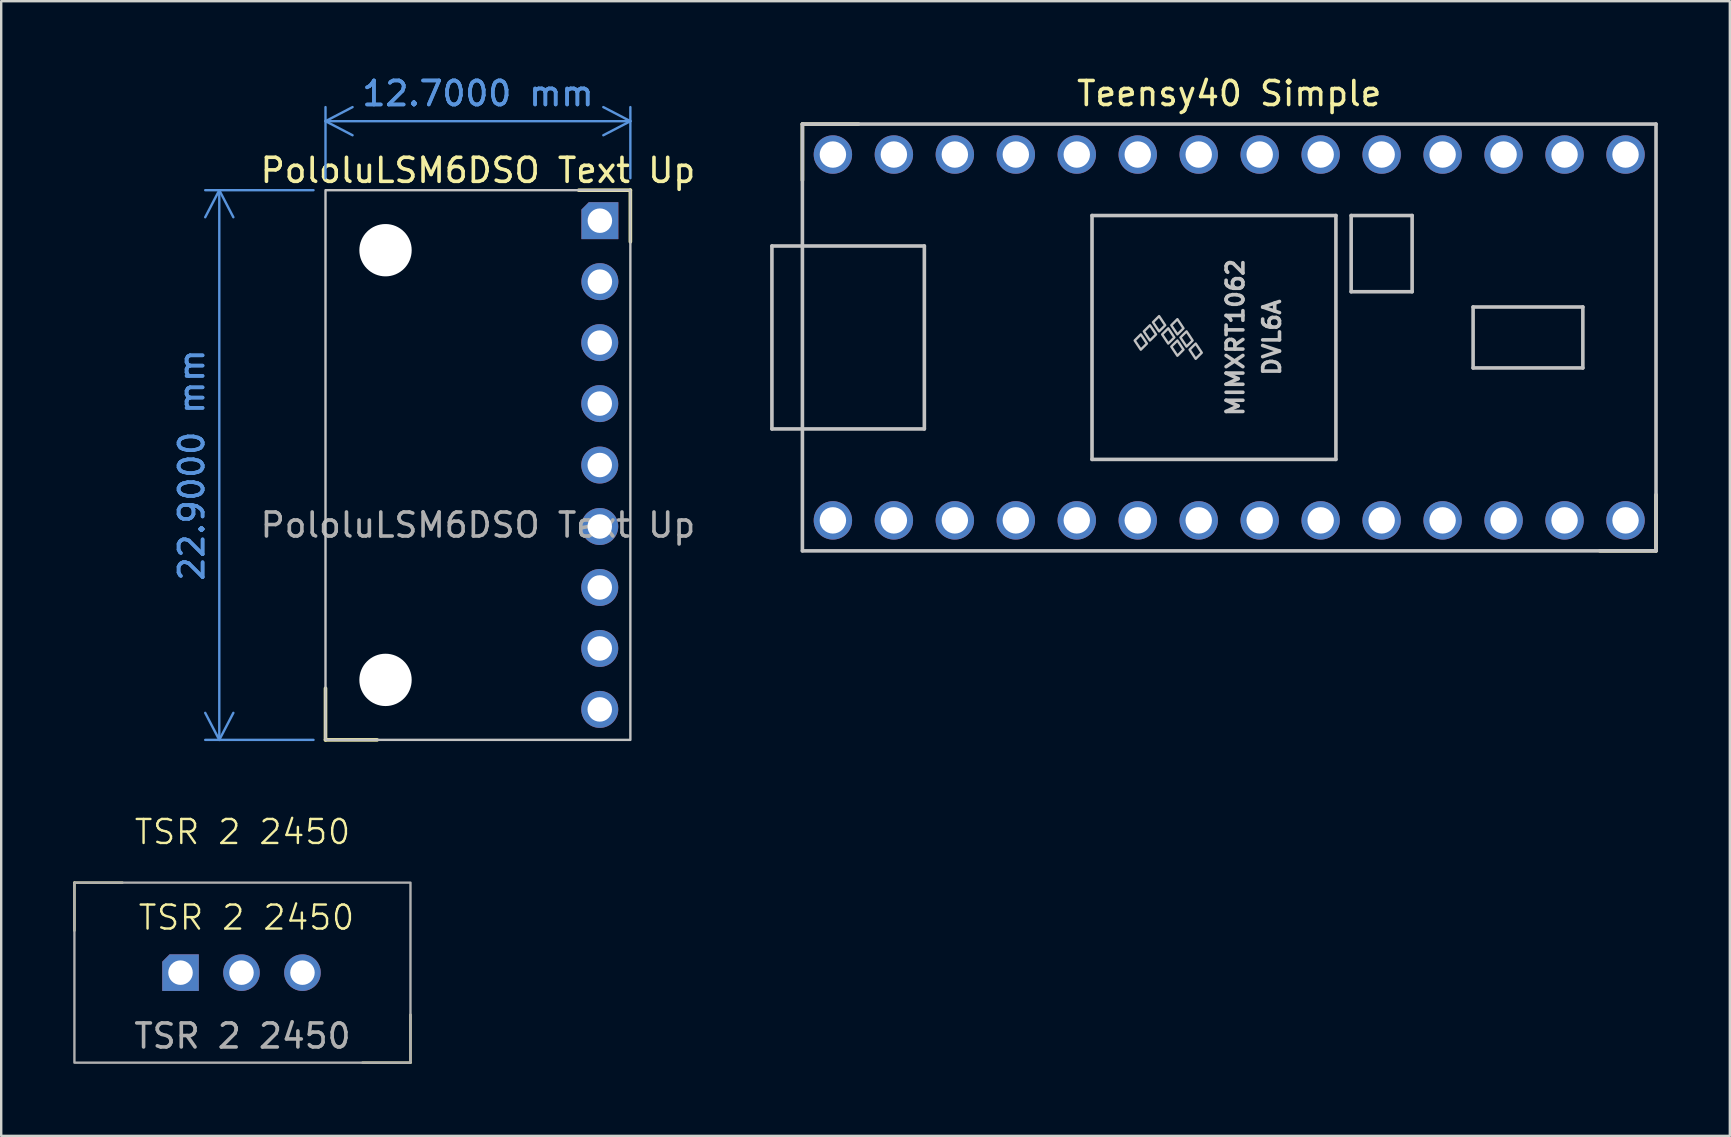
<source format=kicad_pcb>
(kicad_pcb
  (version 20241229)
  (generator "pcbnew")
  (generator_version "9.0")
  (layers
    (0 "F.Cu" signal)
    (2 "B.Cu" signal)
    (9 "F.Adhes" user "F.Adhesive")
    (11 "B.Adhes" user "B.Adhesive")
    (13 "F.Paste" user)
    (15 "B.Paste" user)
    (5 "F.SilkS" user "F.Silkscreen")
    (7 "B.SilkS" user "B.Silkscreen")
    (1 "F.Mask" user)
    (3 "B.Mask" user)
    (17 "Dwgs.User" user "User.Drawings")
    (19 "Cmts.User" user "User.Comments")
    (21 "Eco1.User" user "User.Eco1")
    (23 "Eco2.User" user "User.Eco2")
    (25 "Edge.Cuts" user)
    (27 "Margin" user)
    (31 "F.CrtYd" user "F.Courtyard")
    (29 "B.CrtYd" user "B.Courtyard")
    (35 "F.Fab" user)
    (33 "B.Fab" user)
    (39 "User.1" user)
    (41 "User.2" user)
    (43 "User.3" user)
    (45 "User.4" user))
  (footprint "TSR 2 2450"
    (layer "F.Cu")
    (at 7.05 37.609)
    (property "Reference" "TSR 2 2450" (at 0 -6 0) (unlocked yes) (layer "F.SilkS") (effects (font (size 1 1) (thickness 0.1))))
    (attr through_hole)
    (fp_line (start -7 -3.89) (end -7 -1.89) (stroke (width 0.1) (type default)) (layer "F.SilkS"))
    (fp_line (start -7 -3.89) (end -5 -3.89) (stroke (width 0.1) (type default)) (layer "F.SilkS"))
    (fp_line (start 7 3.61) (end 5 3.61) (stroke (width 0.1) (type default)) (layer "F.SilkS"))
    (fp_line (start 7 3.61) (end 7 1.61) (stroke (width 0.1) (type default)) (layer "F.SilkS"))
    (fp_rect (start -7 -3.89) (end 7 3.61) (stroke (width 0.1) (type default)) (fill no) (layer "F.Fab"))
    (fp_text user "TSR 2 2450" (at -4.4 -1.85 0) (unlocked yes) (layer "F.SilkS") (effects (font (size 1 1) (thickness 0.1)) (justify left bottom)))
    (fp_text user "${REFERENCE}" (at 0 2.5 0) (unlocked yes) (layer "F.Fab") (effects (font (size 1 1) (thickness 0.15))))
    (pad "1" thru_hole roundrect (at -2.58 -0.14) (size 1.524 1.524) (drill 1.02) (layers "*.Cu" "*.Mask") (roundrect_rratio 0) (chamfer_ratio 0.2) (chamfer top_left))
    (pad "2" thru_hole circle (at -0.04 -0.14) (size 1.524 1.524) (drill 1.02) (layers "*.Cu" "*.Mask"))
    (pad "3" thru_hole circle (at 2.5 -0.14) (size 1.524 1.524) (drill 1.02) (layers "*.Cu" "*.Mask")))
  (footprint "Teensy40 Simple"
    (layer "F.Cu")
    (at 48.157 11.008)
    (property "Reference" "Teensy40 Simple" (at 0 -10.16 0) (layer "F.SilkS") (effects (font (size 1 1) (thickness 0.15))))
    (attr through_hole)
    (fp_line (start -17.78 -8.89) (end -17.78 -6.55) (stroke (width 0.15) (type default)) (layer "F.SilkS"))
    (fp_line (start -17.78 -8.89) (end -15.44 -8.89) (stroke (width 0.15) (type default)) (layer "F.SilkS"))
    (fp_line (start 17.78 8.89) (end 15.44 8.89) (stroke (width 0.15) (type default)) (layer "F.SilkS"))
    (fp_line (start 17.78 8.89) (end 17.78 6.55) (stroke (width 0.15) (type default)) (layer "F.SilkS"))
    (fp_line (start -19.05 -3.81) (end -17.78 -3.81) (stroke (width 0.15) (type solid)) (layer "Dwgs.User"))
    (fp_line (start -19.05 3.81) (end -19.05 -3.81) (stroke (width 0.15) (type solid)) (layer "Dwgs.User"))
    (fp_line (start -17.78 -8.89) (end 17.78 -8.89) (stroke (width 0.15) (type solid)) (layer "Dwgs.User"))
    (fp_line (start -17.78 3.81) (end -19.05 3.81) (stroke (width 0.15) (type solid)) (layer "Dwgs.User"))
    (fp_line (start -17.78 8.89) (end -17.78 -8.89) (stroke (width 0.15) (type solid)) (layer "Dwgs.User"))
    (fp_line (start -12.7 -3.81) (end -17.78 -3.81) (stroke (width 0.15) (type solid)) (layer "Dwgs.User"))
    (fp_line (start -12.7 3.81) (end -17.78 3.81) (stroke (width 0.15) (type solid)) (layer "Dwgs.User"))
    (fp_line (start -12.7 3.81) (end -12.7 -3.81) (stroke (width 0.15) (type solid)) (layer "Dwgs.User"))
    (fp_line (start -5.715 -5.08) (end -5.715 5.08) (stroke (width 0.15) (type solid)) (layer "Dwgs.User"))
    (fp_line (start 4.445 -5.08) (end -5.715 -5.08) (stroke (width 0.15) (type solid)) (layer "Dwgs.User"))
    (fp_line (start 4.445 5.08) (end -5.715 5.08) (stroke (width 0.15) (type solid)) (layer "Dwgs.User"))
    (fp_line (start 4.445 5.08) (end 4.445 -5.08) (stroke (width 0.15) (type solid)) (layer "Dwgs.User"))
    (fp_line (start 5.08 -5.08) (end 7.62 -5.08) (stroke (width 0.15) (type solid)) (layer "Dwgs.User"))
    (fp_line (start 5.08 -1.905) (end 5.08 -5.08) (stroke (width 0.15) (type solid)) (layer "Dwgs.User"))
    (fp_line (start 7.62 -5.08) (end 7.62 -1.905) (stroke (width 0.15) (type solid)) (layer "Dwgs.User"))
    (fp_line (start 7.62 -1.905) (end 5.08 -1.905) (stroke (width 0.15) (type solid)) (layer "Dwgs.User"))
    (fp_line (start 10.16 -1.27) (end 14.732 -1.27) (stroke (width 0.15) (type solid)) (layer "Dwgs.User"))
    (fp_line (start 10.16 1.27) (end 10.16 -1.27) (stroke (width 0.15) (type solid)) (layer "Dwgs.User"))
    (fp_line (start 14.732 -1.27) (end 14.732 1.27) (stroke (width 0.15) (type solid)) (layer "Dwgs.User"))
    (fp_line (start 14.732 1.27) (end 10.16 1.27) (stroke (width 0.15) (type solid)) (layer "Dwgs.User"))
    (fp_line (start 17.78 -8.89) (end 17.78 8.89) (stroke (width 0.15) (type solid)) (layer "Dwgs.User"))
    (fp_line (start 17.78 8.89) (end -17.78 8.89) (stroke (width 0.15) (type solid)) (layer "Dwgs.User"))
    (fp_poly (pts (xy -3.937 0.127) (xy -3.683 -0.127) (xy -3.429 0.254) (xy -3.683 0.508)) (stroke (width 0.1) (type solid)) (fill no) (layer "Dwgs.User"))
    (fp_poly (pts (xy -3.556 -0.254) (xy -3.302 -0.508) (xy -3.048 -0.127) (xy -3.302 0.127)) (stroke (width 0.1) (type solid)) (fill no) (layer "Dwgs.User"))
    (fp_poly (pts (xy -3.175 -0.635) (xy -2.921 -0.889) (xy -2.667 -0.508) (xy -2.921 -0.254)) (stroke (width 0.1) (type solid)) (fill no) (layer "Dwgs.User"))
    (fp_poly (pts (xy -2.794 -0.127) (xy -2.54 -0.381) (xy -2.286 0) (xy -2.54 0.254)) (stroke (width 0.1) (type solid)) (fill no) (layer "Dwgs.User"))
    (fp_poly (pts (xy -2.413 -0.508) (xy -2.159 -0.762) (xy -1.905 -0.381) (xy -2.159 -0.127)) (stroke (width 0.1) (type solid)) (fill no) (layer "Dwgs.User"))
    (fp_poly (pts (xy -2.413 0.381) (xy -2.159 0.127) (xy -1.905 0.508) (xy -2.159 0.762)) (stroke (width 0.1) (type solid)) (fill no) (layer "Dwgs.User"))
    (fp_poly (pts (xy -2.032 0) (xy -1.778 -0.254) (xy -1.524 0.127) (xy -1.778 0.381)) (stroke (width 0.1) (type solid)) (fill no) (layer "Dwgs.User"))
    (fp_poly (pts (xy -1.651 0.508) (xy -1.397 0.254) (xy -1.143 0.635) (xy -1.397 0.889)) (stroke (width 0.1) (type solid)) (fill no) (layer "Dwgs.User"))
    (fp_text user "DVL6A" (at 1.778 0 90) (layer "Dwgs.User") (effects (font (size 0.7 0.7) (thickness 0.15))))
    (fp_text user "MIMXRT1062" (at 0.254 0 90) (layer "Dwgs.User") (effects (font (size 0.7 0.7) (thickness 0.15))))
    (pad "1" thru_hole circle (at -16.51 7.62) (size 1.6 1.6) (drill 1.1) (layers "*.Cu" "*.Mask"))
    (pad "2" thru_hole circle (at -13.97 7.62) (size 1.6 1.6) (drill 1.1) (layers "*.Cu" "*.Mask"))
    (pad "3" thru_hole circle (at -11.43 7.62) (size 1.6 1.6) (drill 1.1) (layers "*.Cu" "*.Mask"))
    (pad "4" thru_hole circle (at -8.89 7.62) (size 1.6 1.6) (drill 1.1) (layers "*.Cu" "*.Mask"))
    (pad "5" thru_hole circle (at -6.35 7.62) (size 1.6 1.6) (drill 1.1) (layers "*.Cu" "*.Mask"))
    (pad "6" thru_hole circle (at -3.81 7.62) (size 1.6 1.6) (drill 1.1) (layers "*.Cu" "*.Mask"))
    (pad "7" thru_hole circle (at -1.27 7.62) (size 1.6 1.6) (drill 1.1) (layers "*.Cu" "*.Mask"))
    (pad "8" thru_hole circle (at 1.27 7.62) (size 1.6 1.6) (drill 1.1) (layers "*.Cu" "*.Mask"))
    (pad "9" thru_hole circle (at 3.81 7.62) (size 1.6 1.6) (drill 1.1) (layers "*.Cu" "*.Mask"))
    (pad "10" thru_hole circle (at 6.35 7.62) (size 1.6 1.6) (drill 1.1) (layers "*.Cu" "*.Mask"))
    (pad "11" thru_hole circle (at 8.89 7.62) (size 1.6 1.6) (drill 1.1) (layers "*.Cu" "*.Mask"))
    (pad "12" thru_hole circle (at 11.43 7.62) (size 1.6 1.6) (drill 1.1) (layers "*.Cu" "*.Mask"))
    (pad "13" thru_hole circle (at 13.97 7.62) (size 1.6 1.6) (drill 1.1) (layers "*.Cu" "*.Mask"))
    (pad "14" thru_hole circle (at 16.51 7.62) (size 1.6 1.6) (drill 1.1) (layers "*.Cu" "*.Mask"))
    (pad "15" thru_hole circle (at 16.51 -7.62) (size 1.6 1.6) (drill 1.1) (layers "*.Cu" "*.Mask"))
    (pad "16" thru_hole circle (at 13.97 -7.62) (size 1.6 1.6) (drill 1.1) (layers "*.Cu" "*.Mask"))
    (pad "17" thru_hole circle (at 11.43 -7.62) (size 1.6 1.6) (drill 1.1) (layers "*.Cu" "*.Mask"))
    (pad "18" thru_hole circle (at 8.89 -7.62) (size 1.6 1.6) (drill 1.1) (layers "*.Cu" "*.Mask"))
    (pad "19" thru_hole circle (at 6.35 -7.62) (size 1.6 1.6) (drill 1.1) (layers "*.Cu" "*.Mask"))
    (pad "20" thru_hole circle (at 3.81 -7.62) (size 1.6 1.6) (drill 1.1) (layers "*.Cu" "*.Mask"))
    (pad "21" thru_hole circle (at 1.27 -7.62) (size 1.6 1.6) (drill 1.1) (layers "*.Cu" "*.Mask"))
    (pad "22" thru_hole circle (at -1.27 -7.62) (size 1.6 1.6) (drill 1.1) (layers "*.Cu" "*.Mask"))
    (pad "23" thru_hole circle (at -3.81 -7.62) (size 1.6 1.6) (drill 1.1) (layers "*.Cu" "*.Mask"))
    (pad "24" thru_hole circle (at -6.35 -7.62) (size 1.6 1.6) (drill 1.1) (layers "*.Cu" "*.Mask"))
    (pad "25" thru_hole circle (at -8.89 -7.62) (size 1.6 1.6) (drill 1.1) (layers "*.Cu" "*.Mask"))
    (pad "26" thru_hole circle (at -11.43 -7.62) (size 1.6 1.6) (drill 1.1) (layers "*.Cu" "*.Mask"))
    (pad "27" thru_hole circle (at -13.97 -7.62) (size 1.6 1.6) (drill 1.1) (layers "*.Cu" "*.Mask"))
    (pad "28" thru_hole circle (at -16.51 -7.62) (size 1.6 1.6) (drill 1.1) (layers "*.Cu" "*.Mask")))
  (footprint "PololuLSM6DSO Text Up"
    (layer "F.Cu")
    (at 16.86 16.323)
    (property "Reference" "PololuLSM6DSO Text Up" (at 0 -12.275 0) (unlocked yes) (layer "F.SilkS") (effects (font (size 1 1) (thickness 0.15))))
    (attr through_hole)
    (fp_line (start -6.35 11.45) (end -6.35 9.3) (stroke (width 0.15) (type default)) (layer "F.SilkS"))
    (fp_line (start -6.35 11.45) (end -4.2 11.45) (stroke (width 0.15) (type default)) (layer "F.SilkS"))
    (fp_line (start 6.35 -11.45) (end 4.2 -11.45) (stroke (width 0.15) (type default)) (layer "F.SilkS"))
    (fp_line (start 6.35 -11.45) (end 6.35 -9.3) (stroke (width 0.15) (type default)) (layer "F.SilkS"))
    (fp_rect (start -6.35 11.45) (end 6.35 -11.45) (stroke (width 0.1) (type default)) (fill no) (layer "Dwgs.User"))
    (fp_text user "${REFERENCE}" (at 0 2.5 0) (unlocked yes) (layer "F.Fab") (effects (font (size 1 1) (thickness 0.15))))
    (dimension (type aligned) (layer "Cmts.User") (pts (xy 10.51 4.873) (xy 10.51 27.773)) (height 4.425) (format (prefix "") (suffix "") (units 3) (units_format 1) (precision 4)) (style (thickness 0.1) (arrow_length 1.27) (text_position_mode 0) (arrow_direction outward) (extension_height 0.586) (extension_offset 0.5) (keep_text_aligned yes)) (gr_text "22.9000 mm" (at 4.935 16.323 90) (layer "Cmts.User") (effects (font (size 1 1) (thickness 0.15)))))
    (dimension (type aligned) (layer "Cmts.User") (pts (xy 10.51 4.873) (xy 23.21 4.873)) (height -2.875) (format (prefix "") (suffix "") (units 3) (units_format 1) (precision 4)) (style (thickness 0.1) (arrow_length 1.27) (text_position_mode 0) (arrow_direction outward) (extension_height 0.586) (extension_offset 0.5) (keep_text_aligned yes)) (gr_text "12.7000 mm" (at 16.86 0.848 0) (layer "Cmts.User") (effects (font (size 1 1) (thickness 0.15)))))
    (pad "" np_thru_hole circle (at -3.85 -8.95) (size 2.18 2.18) (drill 2.18) (layers "*.Cu" "*.Mask"))
    (pad "" np_thru_hole circle (at -3.85 8.95) (size 2.18 2.18) (drill 2.18) (layers "*.Cu" "*.Mask"))
    (pad "1" thru_hole roundrect (at 5.08 -10.18) (size 1.54 1.54) (drill 1.02) (layers "*.Cu" "*.Mask") (roundrect_rratio 0) (chamfer_ratio 0.2) (chamfer top_left))
    (pad "2" thru_hole circle (at 5.08 -7.64) (size 1.54 1.54) (drill 1.02) (layers "*.Cu" "*.Mask"))
    (pad "3" thru_hole circle (at 5.075 -5.1) (size 1.54 1.54) (drill 1.02) (layers "*.Cu" "*.Mask"))
    (pad "4" thru_hole circle (at 5.075 -2.56) (size 1.54 1.54) (drill 1.02) (layers "*.Cu" "*.Mask"))
    (pad "5" thru_hole circle (at 5.075 0) (size 1.54 1.54) (drill 1.02) (layers "*.Cu" "*.Mask"))
    (pad "6" thru_hole circle (at 5.075 2.56) (size 1.54 1.54) (drill 1.02) (layers "*.Cu" "*.Mask"))
    (pad "7" thru_hole circle (at 5.075 5.1) (size 1.54 1.54) (drill 1.02) (layers "*.Cu" "*.Mask"))
    (pad "8" thru_hole circle (at 5.075 7.64) (size 1.54 1.54) (drill 1.02) (layers "*.Cu" "*.Mask"))
    (pad "9" thru_hole circle (at 5.075 10.18) (size 1.54 1.54) (drill 1.02) (layers "*.Cu" "*.Mask")))
  (gr_rect
    (start -3 -3)
    (end 69.012 44.269)
    (stroke (width 0.1) (type default))
    (fill no)
    (layer "Edge.Cuts")))
</source>
